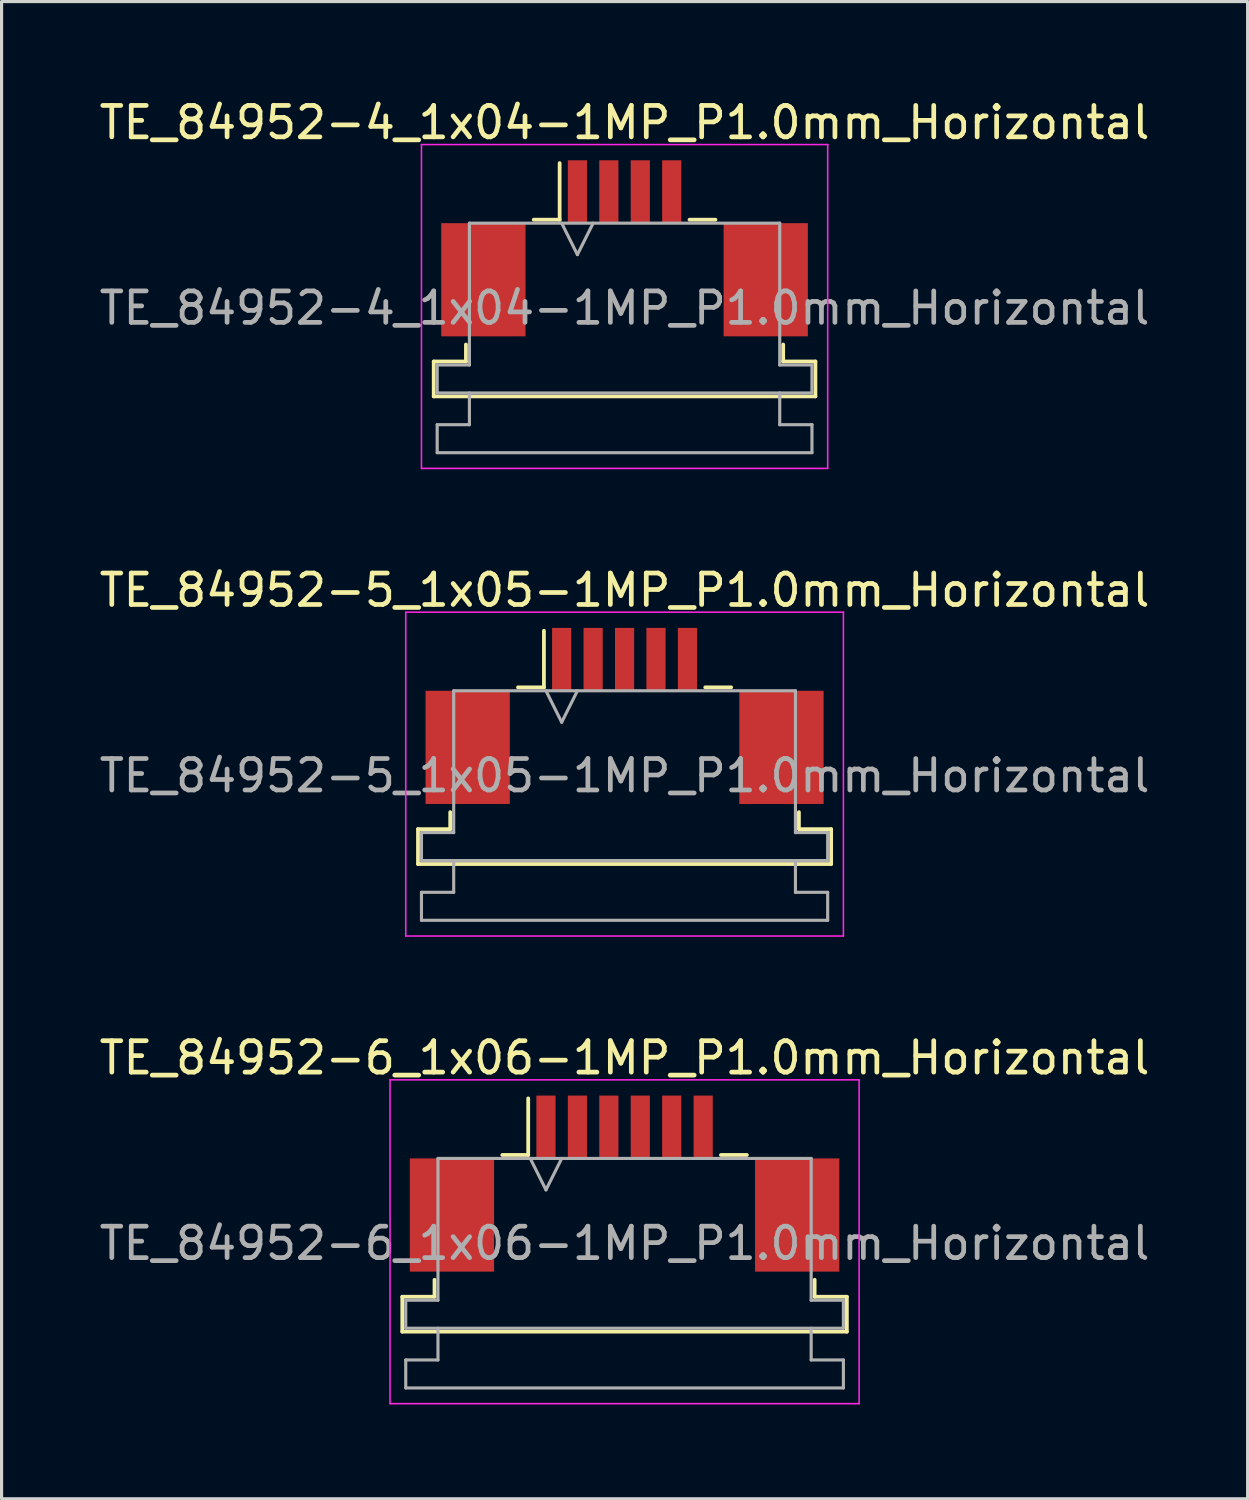
<source format=kicad_pcb>
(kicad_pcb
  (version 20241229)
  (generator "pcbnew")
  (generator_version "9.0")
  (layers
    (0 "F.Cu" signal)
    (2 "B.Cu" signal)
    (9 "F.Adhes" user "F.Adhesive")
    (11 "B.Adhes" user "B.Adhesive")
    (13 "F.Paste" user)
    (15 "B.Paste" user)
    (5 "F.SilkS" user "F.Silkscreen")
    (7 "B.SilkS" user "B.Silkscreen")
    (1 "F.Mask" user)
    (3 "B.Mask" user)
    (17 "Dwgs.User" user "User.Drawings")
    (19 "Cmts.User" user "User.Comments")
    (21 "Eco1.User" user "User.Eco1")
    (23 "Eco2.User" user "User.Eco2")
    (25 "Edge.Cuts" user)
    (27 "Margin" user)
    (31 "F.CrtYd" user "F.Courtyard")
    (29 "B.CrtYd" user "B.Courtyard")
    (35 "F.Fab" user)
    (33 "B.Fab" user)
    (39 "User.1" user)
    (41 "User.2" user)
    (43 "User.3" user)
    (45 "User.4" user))
  (footprint "TE_84952-6_1x06-1MP_P1.0mm_Horizontal"
    (layer "F.Cu")
    (at 16.815 34.595)
    (property "Reference" "TE_84952-6_1x06-1MP_P1.0mm_Horizontal" (at 0 -4 0) (layer "F.SilkS") (effects (font (size 1 1) (thickness 0.15))))
    (attr smd)
    (fp_line (start -7.07 3.6) (end -6.045 3.6) (stroke (width 0.12) (type solid)) (layer "F.SilkS"))
    (fp_line (start -7.07 4.71) (end -7.07 3.6) (stroke (width 0.12) (type solid)) (layer "F.SilkS"))
    (fp_line (start -6.045 3.6) (end -6.045 3.06) (stroke (width 0.12) (type solid)) (layer "F.SilkS"))
    (fp_line (start -3.89 -0.91) (end -3.065 -0.91) (stroke (width 0.12) (type solid)) (layer "F.SilkS"))
    (fp_line (start -3.065 -0.91) (end -3.065 -2.71) (stroke (width 0.12) (type solid)) (layer "F.SilkS"))
    (fp_line (start 3.065 -0.91) (end 3.89 -0.91) (stroke (width 0.12) (type solid)) (layer "F.SilkS"))
    (fp_line (start 6.045 3.06) (end 6.045 3.6) (stroke (width 0.12) (type solid)) (layer "F.SilkS"))
    (fp_line (start 6.045 3.6) (end 7.07 3.6) (stroke (width 0.12) (type solid)) (layer "F.SilkS"))
    (fp_line (start 7.07 3.6) (end 7.07 4.71) (stroke (width 0.12) (type solid)) (layer "F.SilkS"))
    (fp_line (start 7.07 4.71) (end -7.07 4.71) (stroke (width 0.12) (type solid)) (layer "F.SilkS"))
    (fp_line (start -7.46 -3.3) (end -7.46 7) (stroke (width 0.05) (type solid)) (layer "F.CrtYd"))
    (fp_line (start -7.46 7) (end 7.46 7) (stroke (width 0.05) (type solid)) (layer "F.CrtYd"))
    (fp_line (start 7.46 -3.3) (end -7.46 -3.3) (stroke (width 0.05) (type solid)) (layer "F.CrtYd"))
    (fp_line (start 7.46 7) (end 7.46 -3.3) (stroke (width 0.05) (type solid)) (layer "F.CrtYd"))
    (fp_line (start -6.96 3.71) (end -5.935 3.71) (stroke (width 0.1) (type solid)) (layer "F.Fab"))
    (fp_line (start -6.96 4.6) (end -6.96 3.71) (stroke (width 0.1) (type solid)) (layer "F.Fab"))
    (fp_line (start -6.96 5.61) (end -5.935 5.61) (stroke (width 0.1) (type solid)) (layer "F.Fab"))
    (fp_line (start -6.96 6.5) (end -6.96 5.61) (stroke (width 0.1) (type solid)) (layer "F.Fab"))
    (fp_line (start -5.935 -0.8) (end 5.935 -0.8) (stroke (width 0.1) (type solid)) (layer "F.Fab"))
    (fp_line (start -5.935 3.71) (end -5.935 -0.8) (stroke (width 0.1) (type solid)) (layer "F.Fab"))
    (fp_line (start -5.935 5.61) (end -5.935 4.6) (stroke (width 0.1) (type solid)) (layer "F.Fab"))
    (fp_line (start -3 -0.8) (end -2.5 0.2) (stroke (width 0.1) (type solid)) (layer "F.Fab"))
    (fp_line (start -2.5 0.2) (end -2 -0.8) (stroke (width 0.1) (type solid)) (layer "F.Fab"))
    (fp_line (start 5.935 -0.8) (end 5.935 3.71) (stroke (width 0.1) (type solid)) (layer "F.Fab"))
    (fp_line (start 5.935 3.71) (end 6.96 3.71) (stroke (width 0.1) (type solid)) (layer "F.Fab"))
    (fp_line (start 5.935 4.6) (end 5.935 5.61) (stroke (width 0.1) (type solid)) (layer "F.Fab"))
    (fp_line (start 5.935 5.61) (end 6.96 5.61) (stroke (width 0.1) (type solid)) (layer "F.Fab"))
    (fp_line (start 6.96 3.71) (end 6.96 4.6) (stroke (width 0.1) (type solid)) (layer "F.Fab"))
    (fp_line (start 6.96 4.6) (end -6.96 4.6) (stroke (width 0.1) (type solid)) (layer "F.Fab"))
    (fp_line (start 6.96 5.61) (end 6.96 6.5) (stroke (width 0.1) (type solid)) (layer "F.Fab"))
    (fp_line (start 6.96 6.5) (end -6.96 6.5) (stroke (width 0.1) (type solid)) (layer "F.Fab"))
    (fp_text user "${REFERENCE}" (at 0 1.9 0) (layer "F.Fab") (effects (font (size 1 1) (thickness 0.15))))
    (pad "1" smd rect (at -2.5 -1.8) (size 0.61 2) (layers "F.Cu" "F.Mask" "F.Paste"))
    (pad "2" smd rect (at -1.5 -1.8) (size 0.61 2) (layers "F.Cu" "F.Mask" "F.Paste"))
    (pad "3" smd rect (at -0.5 -1.8) (size 0.61 2) (layers "F.Cu" "F.Mask" "F.Paste"))
    (pad "4" smd rect (at 0.5 -1.8) (size 0.61 2) (layers "F.Cu" "F.Mask" "F.Paste"))
    (pad "5" smd rect (at 1.5 -1.8) (size 0.61 2) (layers "F.Cu" "F.Mask" "F.Paste"))
    (pad "6" smd rect (at 2.5 -1.8) (size 0.61 2) (layers "F.Cu" "F.Mask" "F.Paste"))
    (pad "MP" smd rect (at -5.49 1) (size 2.68 3.6) (layers "F.Cu" "F.Mask" "F.Paste"))
    (pad "MP" smd rect (at 5.49 1) (size 2.68 3.6) (layers "F.Cu" "F.Mask" "F.Paste")))
  (footprint "TE_84952-4_1x04-1MP_P1.0mm_Horizontal"
    (layer "F.Cu")
    (at 16.815 4.848)
    (property "Reference" "TE_84952-4_1x04-1MP_P1.0mm_Horizontal" (at 0 -4 0) (layer "F.SilkS") (effects (font (size 1 1) (thickness 0.15))))
    (attr smd)
    (fp_line (start -6.07 3.6) (end -5.045 3.6) (stroke (width 0.12) (type solid)) (layer "F.SilkS"))
    (fp_line (start -6.07 4.71) (end -6.07 3.6) (stroke (width 0.12) (type solid)) (layer "F.SilkS"))
    (fp_line (start -5.045 3.6) (end -5.045 3.06) (stroke (width 0.12) (type solid)) (layer "F.SilkS"))
    (fp_line (start -2.89 -0.91) (end -2.065 -0.91) (stroke (width 0.12) (type solid)) (layer "F.SilkS"))
    (fp_line (start -2.065 -0.91) (end -2.065 -2.71) (stroke (width 0.12) (type solid)) (layer "F.SilkS"))
    (fp_line (start 2.065 -0.91) (end 2.89 -0.91) (stroke (width 0.12) (type solid)) (layer "F.SilkS"))
    (fp_line (start 5.045 3.06) (end 5.045 3.6) (stroke (width 0.12) (type solid)) (layer "F.SilkS"))
    (fp_line (start 5.045 3.6) (end 6.07 3.6) (stroke (width 0.12) (type solid)) (layer "F.SilkS"))
    (fp_line (start 6.07 3.6) (end 6.07 4.71) (stroke (width 0.12) (type solid)) (layer "F.SilkS"))
    (fp_line (start 6.07 4.71) (end -6.07 4.71) (stroke (width 0.12) (type solid)) (layer "F.SilkS"))
    (fp_line (start -6.46 -3.3) (end -6.46 7) (stroke (width 0.05) (type solid)) (layer "F.CrtYd"))
    (fp_line (start -6.46 7) (end 6.46 7) (stroke (width 0.05) (type solid)) (layer "F.CrtYd"))
    (fp_line (start 6.46 -3.3) (end -6.46 -3.3) (stroke (width 0.05) (type solid)) (layer "F.CrtYd"))
    (fp_line (start 6.46 7) (end 6.46 -3.3) (stroke (width 0.05) (type solid)) (layer "F.CrtYd"))
    (fp_line (start -5.96 3.71) (end -4.935 3.71) (stroke (width 0.1) (type solid)) (layer "F.Fab"))
    (fp_line (start -5.96 4.6) (end -5.96 3.71) (stroke (width 0.1) (type solid)) (layer "F.Fab"))
    (fp_line (start -5.96 5.61) (end -4.935 5.61) (stroke (width 0.1) (type solid)) (layer "F.Fab"))
    (fp_line (start -5.96 6.5) (end -5.96 5.61) (stroke (width 0.1) (type solid)) (layer "F.Fab"))
    (fp_line (start -4.935 -0.8) (end 4.935 -0.8) (stroke (width 0.1) (type solid)) (layer "F.Fab"))
    (fp_line (start -4.935 3.71) (end -4.935 -0.8) (stroke (width 0.1) (type solid)) (layer "F.Fab"))
    (fp_line (start -4.935 5.61) (end -4.935 4.6) (stroke (width 0.1) (type solid)) (layer "F.Fab"))
    (fp_line (start -2 -0.8) (end -1.5 0.2) (stroke (width 0.1) (type solid)) (layer "F.Fab"))
    (fp_line (start -1.5 0.2) (end -1 -0.8) (stroke (width 0.1) (type solid)) (layer "F.Fab"))
    (fp_line (start 4.935 -0.8) (end 4.935 3.71) (stroke (width 0.1) (type solid)) (layer "F.Fab"))
    (fp_line (start 4.935 3.71) (end 5.96 3.71) (stroke (width 0.1) (type solid)) (layer "F.Fab"))
    (fp_line (start 4.935 4.6) (end 4.935 5.61) (stroke (width 0.1) (type solid)) (layer "F.Fab"))
    (fp_line (start 4.935 5.61) (end 5.96 5.61) (stroke (width 0.1) (type solid)) (layer "F.Fab"))
    (fp_line (start 5.96 3.71) (end 5.96 4.6) (stroke (width 0.1) (type solid)) (layer "F.Fab"))
    (fp_line (start 5.96 4.6) (end -5.96 4.6) (stroke (width 0.1) (type solid)) (layer "F.Fab"))
    (fp_line (start 5.96 5.61) (end 5.96 6.5) (stroke (width 0.1) (type solid)) (layer "F.Fab"))
    (fp_line (start 5.96 6.5) (end -5.96 6.5) (stroke (width 0.1) (type solid)) (layer "F.Fab"))
    (fp_text user "${REFERENCE}" (at 0 1.9 0) (layer "F.Fab") (effects (font (size 1 1) (thickness 0.15))))
    (pad "1" smd rect (at -1.5 -1.8) (size 0.61 2) (layers "F.Cu" "F.Mask" "F.Paste"))
    (pad "2" smd rect (at -0.5 -1.8) (size 0.61 2) (layers "F.Cu" "F.Mask" "F.Paste"))
    (pad "3" smd rect (at 0.5 -1.8) (size 0.61 2) (layers "F.Cu" "F.Mask" "F.Paste"))
    (pad "4" smd rect (at 1.5 -1.8) (size 0.61 2) (layers "F.Cu" "F.Mask" "F.Paste"))
    (pad "MP" smd rect (at -4.49 1) (size 2.68 3.6) (layers "F.Cu" "F.Mask" "F.Paste"))
    (pad "MP" smd rect (at 4.49 1) (size 2.68 3.6) (layers "F.Cu" "F.Mask" "F.Paste")))
  (footprint "TE_84952-5_1x05-1MP_P1.0mm_Horizontal"
    (layer "F.Cu")
    (at 16.815 19.721)
    (property "Reference" "TE_84952-5_1x05-1MP_P1.0mm_Horizontal" (at 0 -4 0) (layer "F.SilkS") (effects (font (size 1 1) (thickness 0.15))))
    (attr smd)
    (fp_line (start -6.57 3.6) (end -5.545 3.6) (stroke (width 0.12) (type solid)) (layer "F.SilkS"))
    (fp_line (start -6.57 4.71) (end -6.57 3.6) (stroke (width 0.12) (type solid)) (layer "F.SilkS"))
    (fp_line (start -5.545 3.6) (end -5.545 3.06) (stroke (width 0.12) (type solid)) (layer "F.SilkS"))
    (fp_line (start -3.39 -0.91) (end -2.565 -0.91) (stroke (width 0.12) (type solid)) (layer "F.SilkS"))
    (fp_line (start -2.565 -0.91) (end -2.565 -2.71) (stroke (width 0.12) (type solid)) (layer "F.SilkS"))
    (fp_line (start 2.565 -0.91) (end 3.39 -0.91) (stroke (width 0.12) (type solid)) (layer "F.SilkS"))
    (fp_line (start 5.545 3.06) (end 5.545 3.6) (stroke (width 0.12) (type solid)) (layer "F.SilkS"))
    (fp_line (start 5.545 3.6) (end 6.57 3.6) (stroke (width 0.12) (type solid)) (layer "F.SilkS"))
    (fp_line (start 6.57 3.6) (end 6.57 4.71) (stroke (width 0.12) (type solid)) (layer "F.SilkS"))
    (fp_line (start 6.57 4.71) (end -6.57 4.71) (stroke (width 0.12) (type solid)) (layer "F.SilkS"))
    (fp_line (start -6.96 -3.3) (end -6.96 7) (stroke (width 0.05) (type solid)) (layer "F.CrtYd"))
    (fp_line (start -6.96 7) (end 6.96 7) (stroke (width 0.05) (type solid)) (layer "F.CrtYd"))
    (fp_line (start 6.96 -3.3) (end -6.96 -3.3) (stroke (width 0.05) (type solid)) (layer "F.CrtYd"))
    (fp_line (start 6.96 7) (end 6.96 -3.3) (stroke (width 0.05) (type solid)) (layer "F.CrtYd"))
    (fp_line (start -6.46 3.71) (end -5.435 3.71) (stroke (width 0.1) (type solid)) (layer "F.Fab"))
    (fp_line (start -6.46 4.6) (end -6.46 3.71) (stroke (width 0.1) (type solid)) (layer "F.Fab"))
    (fp_line (start -6.46 5.61) (end -5.435 5.61) (stroke (width 0.1) (type solid)) (layer "F.Fab"))
    (fp_line (start -6.46 6.5) (end -6.46 5.61) (stroke (width 0.1) (type solid)) (layer "F.Fab"))
    (fp_line (start -5.435 -0.8) (end 5.435 -0.8) (stroke (width 0.1) (type solid)) (layer "F.Fab"))
    (fp_line (start -5.435 3.71) (end -5.435 -0.8) (stroke (width 0.1) (type solid)) (layer "F.Fab"))
    (fp_line (start -5.435 5.61) (end -5.435 4.6) (stroke (width 0.1) (type solid)) (layer "F.Fab"))
    (fp_line (start -2.5 -0.8) (end -2 0.2) (stroke (width 0.1) (type solid)) (layer "F.Fab"))
    (fp_line (start -2 0.2) (end -1.5 -0.8) (stroke (width 0.1) (type solid)) (layer "F.Fab"))
    (fp_line (start 5.435 -0.8) (end 5.435 3.71) (stroke (width 0.1) (type solid)) (layer "F.Fab"))
    (fp_line (start 5.435 3.71) (end 6.46 3.71) (stroke (width 0.1) (type solid)) (layer "F.Fab"))
    (fp_line (start 5.435 4.6) (end 5.435 5.61) (stroke (width 0.1) (type solid)) (layer "F.Fab"))
    (fp_line (start 5.435 5.61) (end 6.46 5.61) (stroke (width 0.1) (type solid)) (layer "F.Fab"))
    (fp_line (start 6.46 3.71) (end 6.46 4.6) (stroke (width 0.1) (type solid)) (layer "F.Fab"))
    (fp_line (start 6.46 4.6) (end -6.46 4.6) (stroke (width 0.1) (type solid)) (layer "F.Fab"))
    (fp_line (start 6.46 5.61) (end 6.46 6.5) (stroke (width 0.1) (type solid)) (layer "F.Fab"))
    (fp_line (start 6.46 6.5) (end -6.46 6.5) (stroke (width 0.1) (type solid)) (layer "F.Fab"))
    (fp_text user "${REFERENCE}" (at 0 1.9 0) (layer "F.Fab") (effects (font (size 1 1) (thickness 0.15))))
    (pad "1" smd rect (at -2 -1.8) (size 0.61 2) (layers "F.Cu" "F.Mask" "F.Paste"))
    (pad "2" smd rect (at -1 -1.8) (size 0.61 2) (layers "F.Cu" "F.Mask" "F.Paste"))
    (pad "3" smd rect (at 0 -1.8) (size 0.61 2) (layers "F.Cu" "F.Mask" "F.Paste"))
    (pad "4" smd rect (at 1 -1.8) (size 0.61 2) (layers "F.Cu" "F.Mask" "F.Paste"))
    (pad "5" smd rect (at 2 -1.8) (size 0.61 2) (layers "F.Cu" "F.Mask" "F.Paste"))
    (pad "MP" smd rect (at -4.99 1) (size 2.68 3.6) (layers "F.Cu" "F.Mask" "F.Paste"))
    (pad "MP" smd rect (at 4.99 1) (size 2.68 3.6) (layers "F.Cu" "F.Mask" "F.Paste")))
  (gr_rect
    (start -3 -3)
    (end 36.631 44.62)
    (stroke (width 0.1) (type default))
    (fill no)
    (layer "Edge.Cuts")))
</source>
